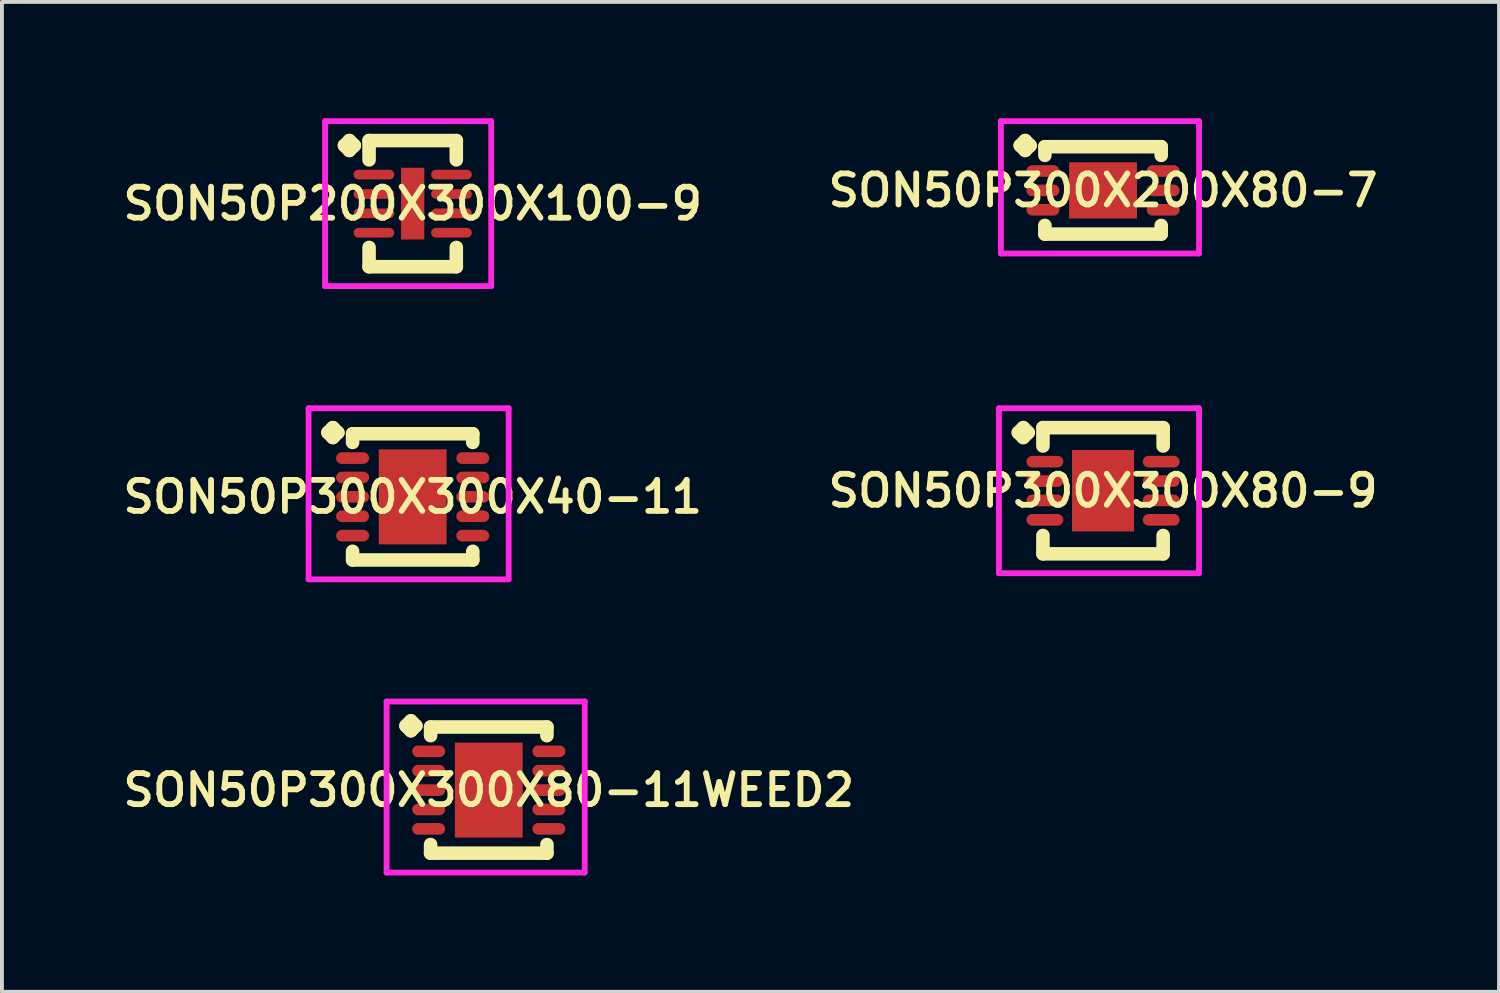
<source format=kicad_pcb>
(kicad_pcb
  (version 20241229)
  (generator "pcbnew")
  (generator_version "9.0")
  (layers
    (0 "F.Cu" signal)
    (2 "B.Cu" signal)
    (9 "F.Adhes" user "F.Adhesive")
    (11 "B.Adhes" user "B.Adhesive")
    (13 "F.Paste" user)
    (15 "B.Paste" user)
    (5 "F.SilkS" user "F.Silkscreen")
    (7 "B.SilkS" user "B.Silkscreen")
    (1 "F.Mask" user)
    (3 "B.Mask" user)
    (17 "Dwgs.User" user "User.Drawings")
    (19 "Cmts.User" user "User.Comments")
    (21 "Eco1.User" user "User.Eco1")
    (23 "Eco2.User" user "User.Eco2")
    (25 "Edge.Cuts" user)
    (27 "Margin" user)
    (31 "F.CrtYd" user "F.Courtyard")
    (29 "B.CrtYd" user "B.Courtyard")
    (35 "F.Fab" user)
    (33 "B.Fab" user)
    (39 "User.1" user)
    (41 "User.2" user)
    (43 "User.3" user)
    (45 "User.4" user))
  (footprint "SON50P300X300X80-11WEED2"
    (layer "F.Cu")
    (at 9.555 17.326)
    (property "Reference" "SON50P300X300X80-11WEED2" (at 0 0 0) (layer "F.SilkS") (effects (font (size 0.8 0.8) (thickness 0.15))))
    (attr through_hole)
    (fp_line (start -2.135 -1.658) (end -2.008 -1.785) (stroke (width 0.35) (type solid)) (layer "F.SilkS"))
    (fp_line (start -2.008 -1.785) (end -1.881 -1.658) (stroke (width 0.35) (type solid)) (layer "F.SilkS"))
    (fp_line (start -2.008 -1.531) (end -2.135 -1.658) (stroke (width 0.35) (type solid)) (layer "F.SilkS"))
    (fp_line (start -1.881 -1.658) (end -2.008 -1.531) (stroke (width 0.35) (type solid)) (layer "F.SilkS"))
    (fp_line (start -1.5 -1.627) (end 1.5 -1.627) (stroke (width 0.35) (type solid)) (layer "F.SilkS"))
    (fp_line (start -1.5 -1.404) (end -1.5 -1.627) (stroke (width 0.35) (type solid)) (layer "F.SilkS"))
    (fp_line (start -1.5 1.404) (end -1.5 1.627) (stroke (width 0.35) (type solid)) (layer "F.SilkS"))
    (fp_line (start -1.5 1.627) (end 1.5 1.627) (stroke (width 0.35) (type solid)) (layer "F.SilkS"))
    (fp_line (start 1.5 -1.627) (end 1.5 -1.404) (stroke (width 0.35) (type solid)) (layer "F.SilkS"))
    (fp_line (start 1.5 1.627) (end 1.5 1.404) (stroke (width 0.35) (type solid)) (layer "F.SilkS"))
    (fp_line (start -2.635 -2.285) (end 2.475 -2.285) (stroke (width 0.15) (type solid)) (layer "F.CrtYd"))
    (fp_line (start -2.635 2.127) (end -2.635 -2.285) (stroke (width 0.15) (type solid)) (layer "F.CrtYd"))
    (fp_line (start 2.475 -2.285) (end 2.475 2.127) (stroke (width 0.15) (type solid)) (layer "F.CrtYd"))
    (fp_line (start 2.475 2.127) (end -2.635 2.127) (stroke (width 0.15) (type solid)) (layer "F.CrtYd"))
    (pad "1" smd oval (at -1.55 -1) (size 0.85 0.3) (layers "F.Cu" "F.Mask" "F.Paste"))
    (pad "2" smd oval (at -1.55 -0.5) (size 0.85 0.3) (layers "F.Cu" "F.Mask" "F.Paste"))
    (pad "3" smd oval (at -1.55 0) (size 0.85 0.3) (layers "F.Cu" "F.Mask" "F.Paste"))
    (pad "4" smd oval (at -1.55 0.5) (size 0.85 0.3) (layers "F.Cu" "F.Mask" "F.Paste"))
    (pad "5" smd oval (at -1.55 1) (size 0.85 0.3) (layers "F.Cu" "F.Mask" "F.Paste"))
    (pad "6" smd oval (at 1.55 1) (size 0.85 0.3) (layers "F.Cu" "F.Mask" "F.Paste"))
    (pad "7" smd oval (at 1.55 0.5) (size 0.85 0.3) (layers "F.Cu" "F.Mask" "F.Paste"))
    (pad "8" smd oval (at 1.55 0) (size 0.85 0.3) (layers "F.Cu" "F.Mask" "F.Paste"))
    (pad "9" smd oval (at 1.55 -0.5) (size 0.85 0.3) (layers "F.Cu" "F.Mask" "F.Paste"))
    (pad "10" smd oval (at 1.55 -1) (size 0.85 0.3) (layers "F.Cu" "F.Mask" "F.Paste"))
    (pad "11" smd rect (at 0 0) (size 1.75 2.45) (layers "F.Cu" "F.Mask" "F.Paste")))
  (footprint "SON50P300X300X80-9"
    (layer "F.Cu")
    (at 25.397 9.606)
    (property "Reference" "SON50P300X300X80-9" (at 0 0 0) (layer "F.SilkS") (effects (font (size 0.8 0.8) (thickness 0.15))))
    (attr through_hole)
    (fp_line (start -2.185 -1.5) (end -2.058 -1.627) (stroke (width 0.35) (type solid)) (layer "F.SilkS"))
    (fp_line (start -2.058 -1.627) (end -1.931 -1.5) (stroke (width 0.35) (type solid)) (layer "F.SilkS"))
    (fp_line (start -2.058 -1.373) (end -2.185 -1.5) (stroke (width 0.35) (type solid)) (layer "F.SilkS"))
    (fp_line (start -1.931 -1.5) (end -2.058 -1.373) (stroke (width 0.35) (type solid)) (layer "F.SilkS"))
    (fp_line (start -1.55 -1.627) (end 1.55 -1.627) (stroke (width 0.35) (type solid)) (layer "F.SilkS"))
    (fp_line (start -1.55 -1.154) (end -1.55 -1.627) (stroke (width 0.35) (type solid)) (layer "F.SilkS"))
    (fp_line (start -1.55 1.154) (end -1.55 1.627) (stroke (width 0.35) (type solid)) (layer "F.SilkS"))
    (fp_line (start -1.55 1.627) (end 1.55 1.627) (stroke (width 0.35) (type solid)) (layer "F.SilkS"))
    (fp_line (start 1.55 -1.627) (end 1.55 -1.154) (stroke (width 0.35) (type solid)) (layer "F.SilkS"))
    (fp_line (start 1.55 1.627) (end 1.55 1.154) (stroke (width 0.35) (type solid)) (layer "F.SilkS"))
    (fp_line (start -2.685 -2.127) (end 2.475 -2.127) (stroke (width 0.15) (type solid)) (layer "F.CrtYd"))
    (fp_line (start -2.685 2.127) (end -2.685 -2.127) (stroke (width 0.15) (type solid)) (layer "F.CrtYd"))
    (fp_line (start 2.475 -2.127) (end 2.475 2.127) (stroke (width 0.15) (type solid)) (layer "F.CrtYd"))
    (fp_line (start 2.475 2.127) (end -2.685 2.127) (stroke (width 0.15) (type solid)) (layer "F.CrtYd"))
    (pad "1" smd oval (at -1.5 -0.75) (size 0.95 0.3) (layers "F.Cu" "F.Mask" "F.Paste"))
    (pad "2" smd oval (at -1.5 -0.25) (size 0.95 0.3) (layers "F.Cu" "F.Mask" "F.Paste"))
    (pad "3" smd oval (at -1.5 0.25) (size 0.95 0.3) (layers "F.Cu" "F.Mask" "F.Paste"))
    (pad "4" smd oval (at -1.5 0.75) (size 0.95 0.3) (layers "F.Cu" "F.Mask" "F.Paste"))
    (pad "5" smd oval (at 1.5 0.75) (size 0.95 0.3) (layers "F.Cu" "F.Mask" "F.Paste"))
    (pad "6" smd oval (at 1.5 0.25) (size 0.95 0.3) (layers "F.Cu" "F.Mask" "F.Paste"))
    (pad "7" smd oval (at 1.5 -0.25) (size 0.95 0.3) (layers "F.Cu" "F.Mask" "F.Paste"))
    (pad "8" smd oval (at 1.5 -0.75) (size 0.95 0.3) (layers "F.Cu" "F.Mask" "F.Paste"))
    (pad "9" smd rect (at 0 0) (size 1.6 2.1) (layers "F.Cu" "F.Mask" "F.Paste")))
  (footprint "SON50P300X300X40-11"
    (layer "F.Cu")
    (at 7.593 9.764)
    (property "Reference" "SON50P300X300X40-11" (at 0 0 0) (layer "F.SilkS") (effects (font (size 0.8 0.8) (thickness 0.15))))
    (attr through_hole)
    (fp_line (start -2.185 -1.658) (end -2.058 -1.785) (stroke (width 0.35) (type solid)) (layer "F.SilkS"))
    (fp_line (start -2.058 -1.785) (end -1.931 -1.658) (stroke (width 0.35) (type solid)) (layer "F.SilkS"))
    (fp_line (start -2.058 -1.531) (end -2.185 -1.658) (stroke (width 0.35) (type solid)) (layer "F.SilkS"))
    (fp_line (start -1.931 -1.658) (end -2.058 -1.531) (stroke (width 0.35) (type solid)) (layer "F.SilkS"))
    (fp_line (start -1.55 -1.627) (end 1.55 -1.627) (stroke (width 0.35) (type solid)) (layer "F.SilkS"))
    (fp_line (start -1.55 -1.404) (end -1.55 -1.627) (stroke (width 0.35) (type solid)) (layer "F.SilkS"))
    (fp_line (start -1.55 1.404) (end -1.55 1.627) (stroke (width 0.35) (type solid)) (layer "F.SilkS"))
    (fp_line (start -1.55 1.627) (end 1.55 1.627) (stroke (width 0.35) (type solid)) (layer "F.SilkS"))
    (fp_line (start 1.55 -1.627) (end 1.55 -1.404) (stroke (width 0.35) (type solid)) (layer "F.SilkS"))
    (fp_line (start 1.55 1.627) (end 1.55 1.404) (stroke (width 0.35) (type solid)) (layer "F.SilkS"))
    (fp_line (start -2.685 -2.285) (end 2.475 -2.285) (stroke (width 0.15) (type solid)) (layer "F.CrtYd"))
    (fp_line (start -2.685 2.127) (end -2.685 -2.285) (stroke (width 0.15) (type solid)) (layer "F.CrtYd"))
    (fp_line (start 2.475 -2.285) (end 2.475 2.127) (stroke (width 0.15) (type solid)) (layer "F.CrtYd"))
    (fp_line (start 2.475 2.127) (end -2.685 2.127) (stroke (width 0.15) (type solid)) (layer "F.CrtYd"))
    (pad "1" smd oval (at -1.55 -1) (size 0.85 0.3) (layers "F.Cu" "F.Mask" "F.Paste"))
    (pad "2" smd oval (at -1.55 -0.5) (size 0.85 0.3) (layers "F.Cu" "F.Mask" "F.Paste"))
    (pad "3" smd oval (at -1.55 0) (size 0.85 0.3) (layers "F.Cu" "F.Mask" "F.Paste"))
    (pad "4" smd oval (at -1.55 0.5) (size 0.85 0.3) (layers "F.Cu" "F.Mask" "F.Paste"))
    (pad "5" smd oval (at -1.55 1) (size 0.85 0.3) (layers "F.Cu" "F.Mask" "F.Paste"))
    (pad "6" smd oval (at 1.55 1) (size 0.85 0.3) (layers "F.Cu" "F.Mask" "F.Paste"))
    (pad "7" smd oval (at 1.55 0.5) (size 0.85 0.3) (layers "F.Cu" "F.Mask" "F.Paste"))
    (pad "8" smd oval (at 1.55 0) (size 0.85 0.3) (layers "F.Cu" "F.Mask" "F.Paste"))
    (pad "9" smd oval (at 1.55 -0.5) (size 0.85 0.3) (layers "F.Cu" "F.Mask" "F.Paste"))
    (pad "10" smd oval (at 1.55 -1) (size 0.85 0.3) (layers "F.Cu" "F.Mask" "F.Paste"))
    (pad "11" smd rect (at 0 0) (size 1.75 2.45) (layers "F.Cu" "F.Mask" "F.Paste")))
  (footprint "SON50P300X200X80-7"
    (layer "F.Cu")
    (at 25.397 1.86)
    (property "Reference" "SON50P300X200X80-7" (at 0 0 0) (layer "F.SilkS") (effects (font (size 0.8 0.8) (thickness 0.15))))
    (attr through_hole)
    (fp_line (start -2.135 -1.158) (end -2.008 -1.285) (stroke (width 0.35) (type solid)) (layer "F.SilkS"))
    (fp_line (start -2.008 -1.285) (end -1.881 -1.158) (stroke (width 0.35) (type solid)) (layer "F.SilkS"))
    (fp_line (start -2.008 -1.031) (end -2.135 -1.158) (stroke (width 0.35) (type solid)) (layer "F.SilkS"))
    (fp_line (start -1.881 -1.158) (end -2.008 -1.031) (stroke (width 0.35) (type solid)) (layer "F.SilkS"))
    (fp_line (start -1.5 -1.127) (end 1.5 -1.127) (stroke (width 0.35) (type solid)) (layer "F.SilkS"))
    (fp_line (start -1.5 -0.904) (end -1.5 -1.127) (stroke (width 0.35) (type solid)) (layer "F.SilkS"))
    (fp_line (start -1.5 0.904) (end -1.5 1.127) (stroke (width 0.35) (type solid)) (layer "F.SilkS"))
    (fp_line (start -1.5 1.127) (end 1.5 1.127) (stroke (width 0.35) (type solid)) (layer "F.SilkS"))
    (fp_line (start 1.5 -1.127) (end 1.5 -0.904) (stroke (width 0.35) (type solid)) (layer "F.SilkS"))
    (fp_line (start 1.5 1.127) (end 1.5 0.904) (stroke (width 0.35) (type solid)) (layer "F.SilkS"))
    (fp_line (start -2.635 -1.785) (end 2.475 -1.785) (stroke (width 0.15) (type solid)) (layer "F.CrtYd"))
    (fp_line (start -2.635 1.627) (end -2.635 -1.785) (stroke (width 0.15) (type solid)) (layer "F.CrtYd"))
    (fp_line (start 2.475 -1.785) (end 2.475 1.627) (stroke (width 0.15) (type solid)) (layer "F.CrtYd"))
    (fp_line (start 2.475 1.627) (end -2.635 1.627) (stroke (width 0.15) (type solid)) (layer "F.CrtYd"))
    (pad "1" smd oval (at -1.55 -0.5) (size 0.85 0.3) (layers "F.Cu" "F.Mask" "F.Paste"))
    (pad "2" smd oval (at -1.55 0) (size 0.85 0.3) (layers "F.Cu" "F.Mask" "F.Paste"))
    (pad "3" smd oval (at -1.55 0.5) (size 0.85 0.3) (layers "F.Cu" "F.Mask" "F.Paste"))
    (pad "4" smd oval (at 1.55 0.5) (size 0.85 0.3) (layers "F.Cu" "F.Mask" "F.Paste"))
    (pad "5" smd oval (at 1.55 0) (size 0.85 0.3) (layers "F.Cu" "F.Mask" "F.Paste"))
    (pad "6" smd oval (at 1.55 -0.5) (size 0.85 0.3) (layers "F.Cu" "F.Mask" "F.Paste"))
    (pad "7" smd rect (at 0 0) (size 1.75 1.45) (layers "F.Cu" "F.Mask" "F.Paste")))
  (footprint "SON50P200X300X100-9"
    (layer "F.Cu")
    (at 7.593 2.202)
    (property "Reference" "SON50P200X300X100-9" (at 0 0 0) (layer "F.SilkS") (effects (font (size 0.8 0.8) (thickness 0.15))))
    (attr smd)
    (fp_line (start -1.76 -1.5) (end -1.633 -1.627) (stroke (width 0.35) (type solid)) (layer "F.SilkS"))
    (fp_line (start -1.633 -1.627) (end -1.506 -1.5) (stroke (width 0.35) (type solid)) (layer "F.SilkS"))
    (fp_line (start -1.633 -1.373) (end -1.76 -1.5) (stroke (width 0.35) (type solid)) (layer "F.SilkS"))
    (fp_line (start -1.506 -1.5) (end -1.633 -1.373) (stroke (width 0.35) (type solid)) (layer "F.SilkS"))
    (fp_line (start -1.125 -1.627) (end 1.125 -1.627) (stroke (width 0.35) (type solid)) (layer "F.SilkS"))
    (fp_line (start -1.125 -1.129) (end -1.125 -1.627) (stroke (width 0.35) (type solid)) (layer "F.SilkS"))
    (fp_line (start -1.125 1.129) (end -1.125 1.627) (stroke (width 0.35) (type solid)) (layer "F.SilkS"))
    (fp_line (start -1.125 1.627) (end 1.125 1.627) (stroke (width 0.35) (type solid)) (layer "F.SilkS"))
    (fp_line (start 1.125 -1.627) (end 1.125 -1.129) (stroke (width 0.35) (type solid)) (layer "F.SilkS"))
    (fp_line (start 1.125 1.627) (end 1.125 1.129) (stroke (width 0.35) (type solid)) (layer "F.SilkS"))
    (fp_line (start -2.26 -2.127) (end 2.025 -2.127) (stroke (width 0.15) (type solid)) (layer "F.CrtYd"))
    (fp_line (start -2.26 2.127) (end -2.26 -2.127) (stroke (width 0.15) (type solid)) (layer "F.CrtYd"))
    (fp_line (start 2.025 -2.127) (end 2.025 2.127) (stroke (width 0.15) (type solid)) (layer "F.CrtYd"))
    (fp_line (start 2.025 2.127) (end -2.26 2.127) (stroke (width 0.15) (type solid)) (layer "F.CrtYd"))
    (pad "1" smd oval (at -1 -0.75) (size 1.05 0.25) (layers "F.Cu" "F.Mask" "F.Paste"))
    (pad "2" smd oval (at -1 -0.25) (size 1.05 0.25) (layers "F.Cu" "F.Mask" "F.Paste"))
    (pad "3" smd oval (at -1 0.25) (size 1.05 0.25) (layers "F.Cu" "F.Mask" "F.Paste"))
    (pad "4" smd oval (at -1 0.75) (size 1.05 0.25) (layers "F.Cu" "F.Mask" "F.Paste"))
    (pad "5" smd oval (at 1 0.75) (size 1.05 0.25) (layers "F.Cu" "F.Mask" "F.Paste"))
    (pad "6" smd oval (at 1 0.25) (size 1.05 0.25) (layers "F.Cu" "F.Mask" "F.Paste"))
    (pad "7" smd oval (at 1 -0.25) (size 1.05 0.25) (layers "F.Cu" "F.Mask" "F.Paste"))
    (pad "8" smd oval (at 1 -0.75) (size 1.05 0.25) (layers "F.Cu" "F.Mask" "F.Paste"))
    (pad "9" smd rect (at 0 0) (size 0.6 1.85) (layers "F.Cu" "F.Mask" "F.Paste")))
  (gr_rect
    (start -3 -3)
    (end 35.609 22.528)
    (stroke (width 0.1) (type default))
    (fill no)
    (layer "Edge.Cuts")))
</source>
